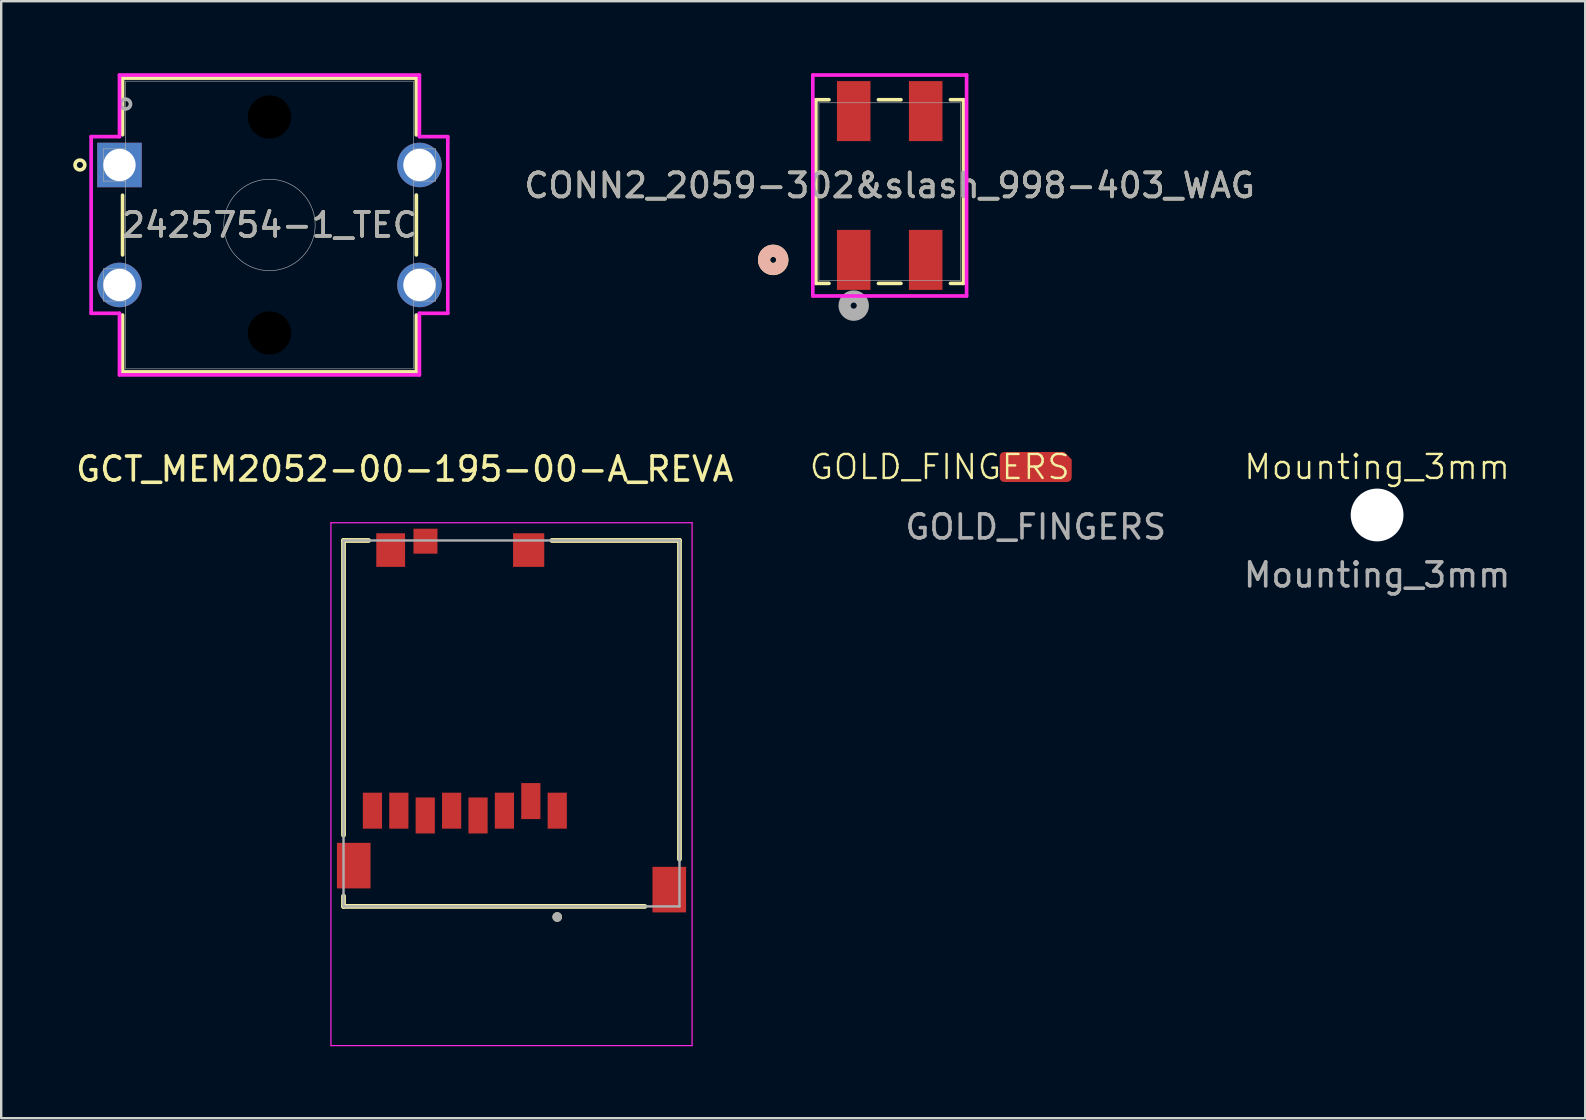
<source format=kicad_pcb>
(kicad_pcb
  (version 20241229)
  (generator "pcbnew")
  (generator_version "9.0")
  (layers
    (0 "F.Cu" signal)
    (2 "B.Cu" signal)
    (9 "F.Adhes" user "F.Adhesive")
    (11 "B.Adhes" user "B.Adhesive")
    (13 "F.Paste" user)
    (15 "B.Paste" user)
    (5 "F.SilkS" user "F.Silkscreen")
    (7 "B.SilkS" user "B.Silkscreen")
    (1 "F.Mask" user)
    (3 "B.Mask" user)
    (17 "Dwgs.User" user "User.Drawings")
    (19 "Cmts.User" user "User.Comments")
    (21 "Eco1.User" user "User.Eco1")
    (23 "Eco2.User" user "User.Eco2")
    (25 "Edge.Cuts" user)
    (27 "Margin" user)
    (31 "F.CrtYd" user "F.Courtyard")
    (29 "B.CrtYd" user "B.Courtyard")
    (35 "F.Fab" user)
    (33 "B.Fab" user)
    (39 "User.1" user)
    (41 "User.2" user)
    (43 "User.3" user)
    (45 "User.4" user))
  (footprint "GOLD_FINGERS"
    (layer "F.Cu")
    (at 40.11 16.41)
    (property "Reference" "GOLD_FINGERS" (at -4 0 0) (unlocked yes) (layer "F.SilkS") (effects (font (size 1 1) (thickness 0.1))))
    (attr smd)
    (fp_text user "${REFERENCE}" (at 0 2.5 0) (unlocked yes) (layer "F.Fab") (effects (font (size 1 1) (thickness 0.15))))
    (pad "1" smd roundrect (at 0 0) (size 3 1.25) (property pad_prop_bga) (layers "F.Cu" "F.Mask" "F.Paste") (roundrect_rratio 0.15) (chamfer_ratio 0.25) (chamfer top_right)))
  (footprint "Mounting_3mm"
    (layer "F.Cu")
    (at 54.336 18.41)
    (property "Reference" "Mounting_3mm" (at 0 -2 0) (unlocked yes) (layer "F.SilkS") (effects (font (size 1 1) (thickness 0.1))))
    (attr smd)
    (fp_text user "${REFERENCE}" (at 0 2.5 0) (unlocked yes) (layer "F.Fab") (effects (font (size 1 1) (thickness 0.15))))
    (pad "" np_thru_hole circle (at 0 0) (size 2.2 2.2) (drill 2.2) (layers "*.Cu" "*.Mask")))
  (footprint "GCT_MEM2052-00-195-00-A_REVA"
    (layer "F.Cu")
    (at 18.265 27.097)
    (property "Reference" "GCT_MEM2052-00-195-00-A_REVA" (at -4.45 -10.6 0) (layer "F.SilkS") (effects (font (size 1 1) (thickness 0.15))))
    (attr smd)
    (fp_line (start -7 -7.625) (end -5.955 -7.625) (stroke (width 0.2) (type solid)) (layer "F.SilkS"))
    (fp_line (start -7 4.655) (end -7 -7.625) (stroke (width 0.2) (type solid)) (layer "F.SilkS"))
    (fp_line (start -7 7.625) (end -7 7.195) (stroke (width 0.2) (type solid)) (layer "F.SilkS"))
    (fp_line (start 1.685 -7.625) (end 7 -7.625) (stroke (width 0.2) (type solid)) (layer "F.SilkS"))
    (fp_line (start 5.555 7.625) (end -7 7.625) (stroke (width 0.2) (type solid)) (layer "F.SilkS"))
    (fp_line (start 7 -7.625) (end 7 5.655) (stroke (width 0.2) (type solid)) (layer "F.SilkS"))
    (fp_circle (center 1.905 8.065) (end 2.005 8.065) (stroke (width 0.2) (type solid)) (fill no) (layer "F.SilkS"))
    (fp_line (start -7.525 -8.365) (end -7.525 13.425) (stroke (width 0.05) (type solid)) (layer "F.CrtYd"))
    (fp_line (start -7.525 13.425) (end 7.525 13.425) (stroke (width 0.05) (type solid)) (layer "F.CrtYd"))
    (fp_line (start 7.525 -8.365) (end -7.525 -8.365) (stroke (width 0.05) (type solid)) (layer "F.CrtYd"))
    (fp_line (start 7.525 13.425) (end 7.525 -8.365) (stroke (width 0.05) (type solid)) (layer "F.CrtYd"))
    (fp_line (start -7 -7.625) (end 7 -7.625) (stroke (width 0.1) (type solid)) (layer "F.Fab"))
    (fp_line (start -7 7.625) (end -7 -7.625) (stroke (width 0.1) (type solid)) (layer "F.Fab"))
    (fp_line (start 7 -7.625) (end 7 7.625) (stroke (width 0.1) (type solid)) (layer "F.Fab"))
    (fp_line (start 7 7.625) (end -7 7.625) (stroke (width 0.1) (type solid)) (layer "F.Fab"))
    (fp_circle (center 1.905 8.065) (end 2.005 8.065) (stroke (width 0.2) (type solid)) (fill no) (layer "F.Fab"))
    (pad "G1" smd rect (at -6.575 5.925) (size 1.4 1.9) (layers "F.Cu" "F.Mask" "F.Paste"))
    (pad "G2" smd rect (at 6.575 6.925) (size 1.4 1.9) (layers "F.Cu" "F.Mask" "F.Paste"))
    (pad "G3" smd rect (at -5.035 -7.225) (size 1.2 1.4) (layers "F.Cu" "F.Mask" "F.Paste"))
    (pad "G4" smd rect (at 0.715 -7.225) (size 1.3 1.4) (layers "F.Cu" "F.Mask" "F.Paste"))
    (pad "P1" smd rect (at 1.905 3.635) (size 0.8 1.5) (layers "F.Cu" "F.Mask" "F.Paste"))
    (pad "P2" smd rect (at 0.805 3.235) (size 0.8 1.5) (layers "F.Cu" "F.Mask" "F.Paste"))
    (pad "P3" smd rect (at -0.295 3.635) (size 0.8 1.5) (layers "F.Cu" "F.Mask" "F.Paste"))
    (pad "P4" smd rect (at -1.395 3.835) (size 0.8 1.5) (layers "F.Cu" "F.Mask" "F.Paste"))
    (pad "P5" smd rect (at -2.495 3.635) (size 0.8 1.5) (layers "F.Cu" "F.Mask" "F.Paste"))
    (pad "P6" smd rect (at -3.595 3.835) (size 0.8 1.5) (layers "F.Cu" "F.Mask" "F.Paste"))
    (pad "P7" smd rect (at -4.695 3.635) (size 0.8 1.5) (layers "F.Cu" "F.Mask" "F.Paste"))
    (pad "P8" smd rect (at -5.795 3.635) (size 0.8 1.5) (layers "F.Cu" "F.Mask" "F.Paste"))
    (pad "P9" smd rect (at -3.585 -7.595) (size 1 1.04) (layers "F.Cu" "F.Mask" "F.Paste"))
    (zone (net_name "") (layer "F.Cu") (hatch full 0.508) (connect_pads) (min_thickness 0.01) (filled_areas_thickness no) (keepout (tracks not_allowed) (vias not_allowed) (pads not_allowed) (copperpour not_allowed) (footprints allowed)) (placement (enabled no)) (fill) (polygon (pts (xy 20.715 25.862) (xy 11.955 25.862) (xy 11.955 23.562) (xy 13.975 23.562) (xy 13.975 21.732) (xy 15.475 21.732) (xy 15.475 23.562) (xy 20.715 23.562))))
    (zone (net_name "") (layers "F.Cu" "B.Cu") (hatch full 0.508) (connect_pads) (min_thickness 0.01) (filled_areas_thickness no) (keepout (tracks allowed) (vias not_allowed) (pads allowed) (copperpour allowed) (footprints allowed)) (placement (enabled no)) (fill) (polygon (pts (xy 20.715 25.862) (xy 11.955 25.862) (xy 11.955 23.562) (xy 13.975 23.562) (xy 13.975 21.732) (xy 15.475 21.732) (xy 15.475 23.562) (xy 20.715 23.562)))))
  (footprint "CONN2_2059-302&slash_998-403_WAG"
    (layer "F.Cu")
    (at 34.025 4.933)
    (property "Reference" "CONN2_2059-302&slash_998-403_WAG" (at 0 -0.253 0) (unlocked yes) (layer "F.SilkS") (effects (font (size 1 1) (thickness 0.15))))
    (attr smd)
    (fp_line (start -3.077 -3.827) (end -3.077 3.827) (stroke (width 0.152) (type solid)) (layer "F.SilkS"))
    (fp_line (start -3.077 3.827) (end -2.531 3.827) (stroke (width 0.152) (type solid)) (layer "F.SilkS"))
    (fp_line (start -2.531 -3.827) (end -3.077 -3.827) (stroke (width 0.152) (type solid)) (layer "F.SilkS"))
    (fp_line (start -0.469 3.827) (end 0.469 3.827) (stroke (width 0.152) (type solid)) (layer "F.SilkS"))
    (fp_line (start 0.469 -3.827) (end -0.469 -3.827) (stroke (width 0.152) (type solid)) (layer "F.SilkS"))
    (fp_line (start 2.531 3.827) (end 3.077 3.827) (stroke (width 0.152) (type solid)) (layer "F.SilkS"))
    (fp_line (start 3.077 -3.827) (end 2.531 -3.827) (stroke (width 0.152) (type solid)) (layer "F.SilkS"))
    (fp_line (start 3.077 3.827) (end 3.077 -3.827) (stroke (width 0.152) (type solid)) (layer "F.SilkS"))
    (fp_circle (center -4.855 2.847) (end -4.474 2.847) (stroke (width 0.508) (type solid)) (fill no) (layer "F.SilkS"))
    (fp_circle (center -4.855 2.847) (end -4.474 2.847) (stroke (width 0.508) (type solid)) (fill no) (layer "B.SilkS"))
    (fp_line (start -3.204 -4.857) (end -3.204 4.351) (stroke (width 0.152) (type solid)) (layer "F.CrtYd"))
    (fp_line (start -3.204 4.351) (end 3.204 4.351) (stroke (width 0.152) (type solid)) (layer "F.CrtYd"))
    (fp_line (start 3.204 -4.857) (end -3.204 -4.857) (stroke (width 0.152) (type solid)) (layer "F.CrtYd"))
    (fp_line (start 3.204 4.351) (end 3.204 -4.857) (stroke (width 0.152) (type solid)) (layer "F.CrtYd"))
    (fp_line (start -2.95 -3.7) (end -2.95 3.7) (stroke (width 0.025) (type solid)) (layer "F.Fab"))
    (fp_line (start -2.95 3.7) (end 2.95 3.7) (stroke (width 0.025) (type solid)) (layer "F.Fab"))
    (fp_line (start 2.95 -3.7) (end -2.95 -3.7) (stroke (width 0.025) (type solid)) (layer "F.Fab"))
    (fp_line (start 2.95 3.7) (end 2.95 -3.7) (stroke (width 0.025) (type solid)) (layer "F.Fab"))
    (fp_circle (center -1.5 4.752) (end -1.119 4.752) (stroke (width 0.508) (type solid)) (fill no) (layer "F.Fab"))
    (fp_text user "${REFERENCE}" (at 0 -0.253 0) (unlocked yes) (layer "F.Fab") (effects (font (size 1 1) (thickness 0.15))))
    (pad "1" smd rect (at -1.5 2.847) (size 1.397 2.5) (layers "F.Cu" "F.Mask" "F.Paste"))
    (pad "2" smd rect (at -1.5 -3.353) (size 1.397 2.5) (layers "F.Cu" "F.Mask" "F.Paste"))
    (pad "3" smd rect (at 1.5 2.847) (size 1.397 2.5) (layers "F.Cu" "F.Mask" "F.Paste"))
    (pad "4" smd rect (at 1.5 -3.353) (size 1.397 2.5) (layers "F.Cu" "F.Mask" "F.Paste")))
  (footprint "2425754-1_TEC"
    (layer "F.Cu")
    (at 1.929 3.825)
    (property "Reference" "2425754-1_TEC" (at 6.25 2.5 0) (unlocked yes) (layer "F.SilkS") (effects (font (size 1 1) (thickness 0.15))))
    (attr through_hole)
    (fp_line (start 0.129 -3.621) (end 0.129 -1.26) (stroke (width 0.152) (type solid)) (layer "F.SilkS"))
    (fp_line (start 0.129 1.26) (end 0.129 3.747) (stroke (width 0.152) (type solid)) (layer "F.SilkS"))
    (fp_line (start 0.129 6.253) (end 0.129 8.621) (stroke (width 0.152) (type solid)) (layer "F.SilkS"))
    (fp_line (start 0.129 8.621) (end 12.371 8.621) (stroke (width 0.152) (type solid)) (layer "F.SilkS"))
    (fp_line (start 12.371 -3.621) (end 0.129 -3.621) (stroke (width 0.152) (type solid)) (layer "F.SilkS"))
    (fp_line (start 12.371 -1.253) (end 12.371 -3.621) (stroke (width 0.152) (type solid)) (layer "F.SilkS"))
    (fp_line (start 12.371 3.747) (end 12.371 1.253) (stroke (width 0.152) (type solid)) (layer "F.SilkS"))
    (fp_line (start 12.371 8.621) (end 12.371 6.253) (stroke (width 0.152) (type solid)) (layer "F.SilkS"))
    (fp_circle (center -1.649 0) (end -1.446 0) (stroke (width 0.152) (type solid)) (fill no) (layer "F.SilkS"))
    (fp_line (start -1.181 -1.181) (end 0 -1.181) (stroke (width 0.152) (type solid)) (layer "F.CrtYd"))
    (fp_line (start -1.181 6.181) (end -1.181 -1.181) (stroke (width 0.152) (type solid)) (layer "F.CrtYd"))
    (fp_line (start -1.181 6.181) (end 0 6.181) (stroke (width 0.152) (type solid)) (layer "F.CrtYd"))
    (fp_line (start 0 -3.748) (end 12.498 -3.748) (stroke (width 0.152) (type solid)) (layer "F.CrtYd"))
    (fp_line (start 0 -1.181) (end 0 -3.748) (stroke (width 0.152) (type solid)) (layer "F.CrtYd"))
    (fp_line (start 0 8.748) (end 0 6.181) (stroke (width 0.152) (type solid)) (layer "F.CrtYd"))
    (fp_line (start 12.498 -3.748) (end 12.498 -1.181) (stroke (width 0.152) (type solid)) (layer "F.CrtYd"))
    (fp_line (start 12.498 6.181) (end 12.498 8.748) (stroke (width 0.152) (type solid)) (layer "F.CrtYd"))
    (fp_line (start 12.498 8.748) (end 0 8.748) (stroke (width 0.152) (type solid)) (layer "F.CrtYd"))
    (fp_line (start 13.681 -1.181) (end 12.498 -1.181) (stroke (width 0.152) (type solid)) (layer "F.CrtYd"))
    (fp_line (start 13.681 -1.181) (end 13.681 6.181) (stroke (width 0.152) (type solid)) (layer "F.CrtYd"))
    (fp_line (start 13.681 6.181) (end 12.498 6.181) (stroke (width 0.152) (type solid)) (layer "F.CrtYd"))
    (fp_line (start -0.673 -0.673) (end -0.673 0.673) (stroke (width 0.025) (type solid)) (layer "F.Fab"))
    (fp_line (start -0.673 0.673) (end 0.256 0.673) (stroke (width 0.025) (type solid)) (layer "F.Fab"))
    (fp_line (start -0.673 4.327) (end -0.673 5.673) (stroke (width 0.025) (type solid)) (layer "F.Fab"))
    (fp_line (start -0.673 5.673) (end 0.256 5.673) (stroke (width 0.025) (type solid)) (layer "F.Fab"))
    (fp_line (start 0.256 -3.494) (end 0.256 8.494) (stroke (width 0.025) (type solid)) (layer "F.Fab"))
    (fp_line (start 0.256 -0.673) (end -0.673 -0.673) (stroke (width 0.025) (type solid)) (layer "F.Fab"))
    (fp_line (start 0.256 0.673) (end 0.256 -0.673) (stroke (width 0.025) (type solid)) (layer "F.Fab"))
    (fp_line (start 0.256 4.327) (end -0.673 4.327) (stroke (width 0.025) (type solid)) (layer "F.Fab"))
    (fp_line (start 0.256 5.673) (end 0.256 4.327) (stroke (width 0.025) (type solid)) (layer "F.Fab"))
    (fp_line (start 0.256 8.494) (end 12.244 8.494) (stroke (width 0.025) (type solid)) (layer "F.Fab"))
    (fp_line (start 12.244 -3.494) (end 0.256 -3.494) (stroke (width 0.025) (type solid)) (layer "F.Fab"))
    (fp_line (start 12.244 -0.673) (end 12.244 0.673) (stroke (width 0.025) (type solid)) (layer "F.Fab"))
    (fp_line (start 12.244 0.673) (end 13.173 0.673) (stroke (width 0.025) (type solid)) (layer "F.Fab"))
    (fp_line (start 12.244 4.327) (end 12.244 5.673) (stroke (width 0.025) (type solid)) (layer "F.Fab"))
    (fp_line (start 12.244 5.673) (end 13.173 5.673) (stroke (width 0.025) (type solid)) (layer "F.Fab"))
    (fp_line (start 12.244 8.494) (end 12.244 -3.494) (stroke (width 0.025) (type solid)) (layer "F.Fab"))
    (fp_line (start 13.173 -0.673) (end 12.244 -0.673) (stroke (width 0.025) (type solid)) (layer "F.Fab"))
    (fp_line (start 13.173 0.673) (end 13.173 -0.673) (stroke (width 0.025) (type solid)) (layer "F.Fab"))
    (fp_line (start 13.173 4.327) (end 12.244 4.327) (stroke (width 0.025) (type solid)) (layer "F.Fab"))
    (fp_line (start 13.173 5.673) (end 13.173 4.327) (stroke (width 0.025) (type solid)) (layer "F.Fab"))
    (fp_circle (center 0.256 -2.54) (end 0.459 -2.54) (stroke (width 0.152) (type solid)) (fill no) (layer "F.Fab"))
    (fp_circle (center 6.25 2.5) (end 8.155 2.5) (stroke (width 0.025) (type solid)) (fill no) (layer "F.Fab"))
    (fp_text user "${REFERENCE}" (at 6.25 2.5 0) (unlocked yes) (layer "F.Fab") (effects (font (size 1 1) (thickness 0.15))))
    (pad "" np_thru_hole circle (at 6.25 -2) (size 1.803 1.803) (drill 1.803) (layers))
    (pad "" np_thru_hole circle (at 6.25 7) (size 1.803 1.803) (drill 1.803) (layers))
    (pad "1" thru_hole rect (at 0 0) (size 1.854 1.854) (drill 1.346) (layers "*.Cu" "*.Mask"))
    (pad "2" thru_hole circle (at 0 5) (size 1.854 1.854) (drill 1.346) (layers "*.Cu" "*.Mask"))
    (pad "3" thru_hole circle (at 12.5 5) (size 1.854 1.854) (drill 1.346) (layers "*.Cu" "*.Mask"))
    (pad "4" thru_hole circle (at 12.5 0) (size 1.854 1.854) (drill 1.346) (layers "*.Cu" "*.Mask")))
  (gr_rect
    (start -3 -3)
    (end 63.008 43.547)
    (stroke (width 0.1) (type default))
    (fill no)
    (layer "Edge.Cuts")))
</source>
